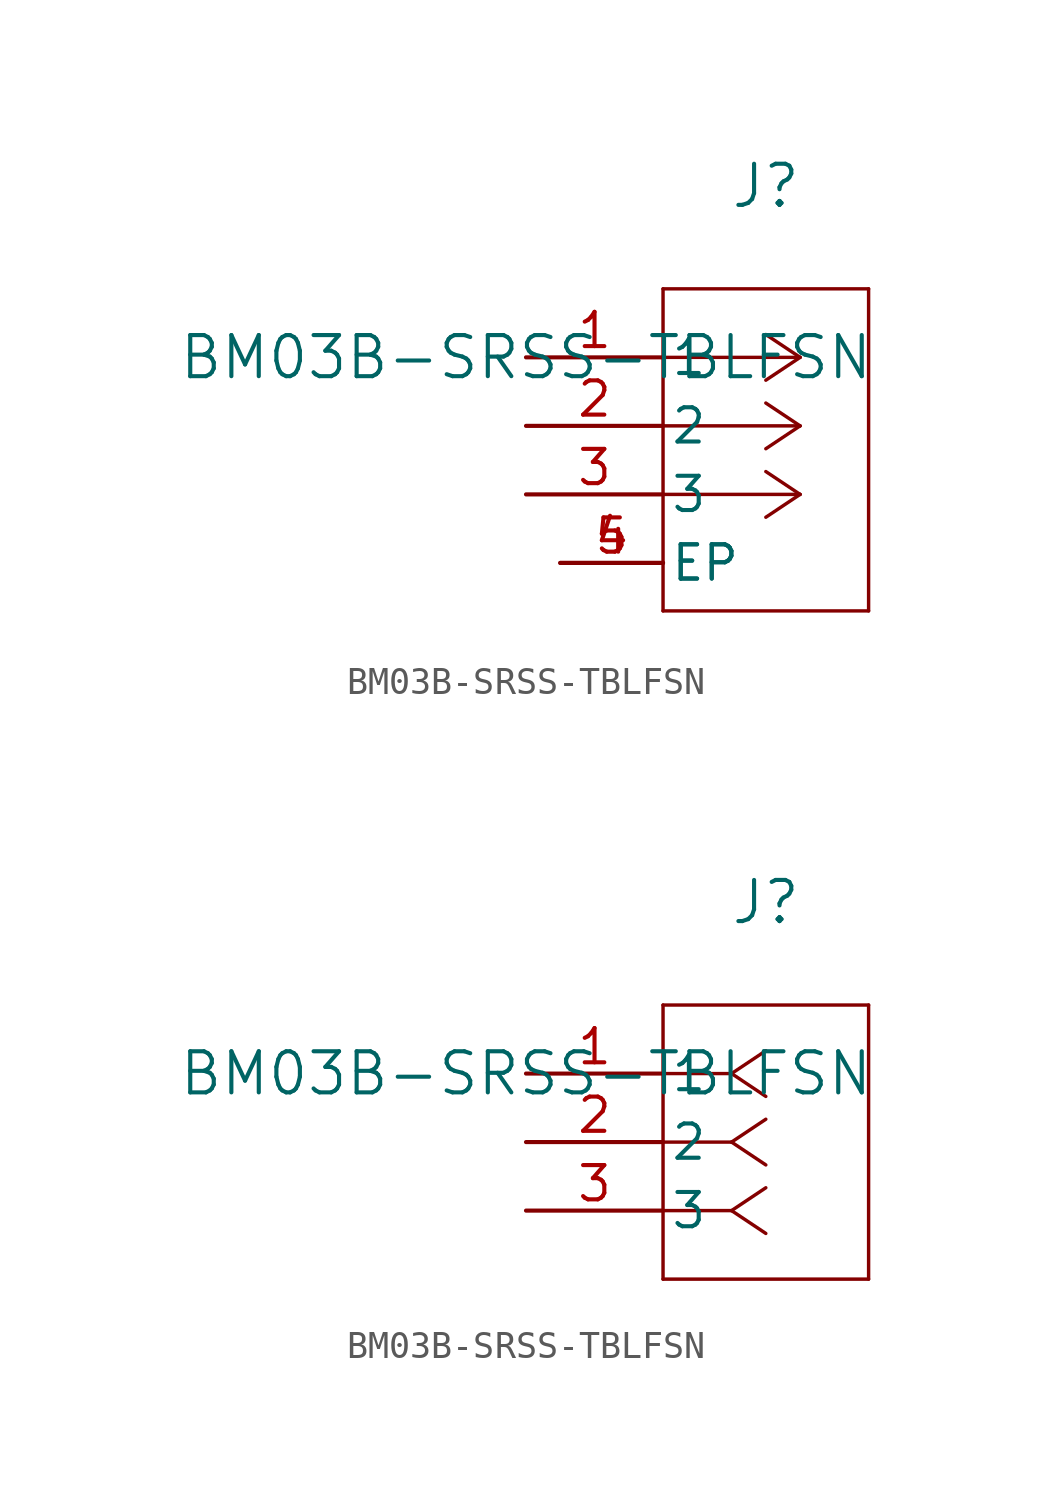
<source format=kicad_sym>
(kicad_symbol_lib
  (version 20241209)
  (generator "kicad_symbol_editor")
  (generator_version "9.0")
  (symbol "BM03B-SRSS-TBLFSN"
    (pin_names
      (offset 0.254))
    (property "Reference" "J"
      (at 8.89 6.35 0)
      (effects (font (size 1.524 1.524))))
    (property "Value" "BM03B-SRSS-TBLFSN"
      (at 0 0 0)
      (effects (font (size 1.524 1.524))))
    (symbol "BM03B-SRSS-TBLFSN_1_1"
      (polyline (pts (xy 5.08 2.54) (xy 5.08 -9.398)) (stroke (width 0.127) (type default)) (fill (type none)))
      (polyline (pts (xy 5.08 -9.398) (xy 12.7 -9.398)) (stroke (width 0.127) (type default)) (fill (type none)))
      (polyline (pts (xy 10.16 0) (xy 5.08 0)) (stroke (width 0.127) (type default)) (fill (type none)))
      (polyline (pts (xy 10.16 0) (xy 8.89 0.847)) (stroke (width 0.127) (type default)) (fill (type none)))
      (polyline (pts (xy 10.16 0) (xy 8.89 -0.847)) (stroke (width 0.127) (type default)) (fill (type none)))
      (polyline (pts (xy 10.16 -2.54) (xy 5.08 -2.54)) (stroke (width 0.127) (type default)) (fill (type none)))
      (polyline (pts (xy 10.16 -2.54) (xy 8.89 -1.693)) (stroke (width 0.127) (type default)) (fill (type none)))
      (polyline (pts (xy 10.16 -2.54) (xy 8.89 -3.387)) (stroke (width 0.127) (type default)) (fill (type none)))
      (polyline (pts (xy 10.16 -5.08) (xy 5.08 -5.08)) (stroke (width 0.127) (type default)) (fill (type none)))
      (polyline (pts (xy 10.16 -5.08) (xy 8.89 -4.233)) (stroke (width 0.127) (type default)) (fill (type none)))
      (polyline (pts (xy 10.16 -5.08) (xy 8.89 -5.927)) (stroke (width 0.127) (type default)) (fill (type none)))
      (polyline (pts (xy 12.7 2.54) (xy 5.08 2.54)) (stroke (width 0.127) (type default)) (fill (type none)))
      (polyline (pts (xy 12.7 -9.398) (xy 12.7 2.54)) (stroke (width 0.127) (type default)) (fill (type none)))
      (pin passive line (at 0 0 0) (length 5.08) (name "1" (effects (font (size 1.27 1.27)))) (number "1" (effects (font (size 1.27 1.27)))))
      (pin passive line (at 0 -2.54 0) (length 5.08) (name "2" (effects (font (size 1.27 1.27)))) (number "2" (effects (font (size 1.27 1.27)))))
      (pin passive line (at 0 -5.08 0) (length 5.08) (name "3" (effects (font (size 1.27 1.27)))) (number "3" (effects (font (size 1.27 1.27)))))
      (pin passive line (at 1.27 -7.62 0) (length 3.81) (name "EP" (effects (font (size 1.27 1.27)))) (number "4" (effects (font (size 1.27 1.27)))))
      (pin passive line (at 1.27 -7.62 0) (length 3.81) (name "EP" (effects (font (size 1.27 1.27)))) (number "5" (effects (font (size 1.27 1.27))))))
    (symbol "BM03B-SRSS-TBLFSN_1_2"
      (polyline (pts (xy 5.08 2.54) (xy 5.08 -7.62)) (stroke (width 0.127) (type default)) (fill (type none)))
      (polyline (pts (xy 5.08 -7.62) (xy 12.7 -7.62)) (stroke (width 0.127) (type default)) (fill (type none)))
      (polyline (pts (xy 7.62 0) (xy 5.08 0)) (stroke (width 0.127) (type default)) (fill (type none)))
      (polyline (pts (xy 7.62 0) (xy 8.89 0.847)) (stroke (width 0.127) (type default)) (fill (type none)))
      (polyline (pts (xy 7.62 0) (xy 8.89 -0.847)) (stroke (width 0.127) (type default)) (fill (type none)))
      (polyline (pts (xy 7.62 -2.54) (xy 5.08 -2.54)) (stroke (width 0.127) (type default)) (fill (type none)))
      (polyline (pts (xy 7.62 -2.54) (xy 8.89 -1.693)) (stroke (width 0.127) (type default)) (fill (type none)))
      (polyline (pts (xy 7.62 -2.54) (xy 8.89 -3.387)) (stroke (width 0.127) (type default)) (fill (type none)))
      (polyline (pts (xy 7.62 -5.08) (xy 5.08 -5.08)) (stroke (width 0.127) (type default)) (fill (type none)))
      (polyline (pts (xy 7.62 -5.08) (xy 8.89 -4.233)) (stroke (width 0.127) (type default)) (fill (type none)))
      (polyline (pts (xy 7.62 -5.08) (xy 8.89 -5.927)) (stroke (width 0.127) (type default)) (fill (type none)))
      (polyline (pts (xy 12.7 2.54) (xy 5.08 2.54)) (stroke (width 0.127) (type default)) (fill (type none)))
      (polyline (pts (xy 12.7 -7.62) (xy 12.7 2.54)) (stroke (width 0.127) (type default)) (fill (type none)))
      (pin passive line (at 0 0 0) (length 5.08) (name "1" (effects (font (size 1.27 1.27)))) (number "1" (effects (font (size 1.27 1.27)))))
      (pin passive line (at 0 -2.54 0) (length 5.08) (name "2" (effects (font (size 1.27 1.27)))) (number "2" (effects (font (size 1.27 1.27)))))
      (pin passive line (at 0 -5.08 0) (length 5.08) (name "3" (effects (font (size 1.27 1.27)))) (number "3" (effects (font (size 1.27 1.27))))))))
</source>
